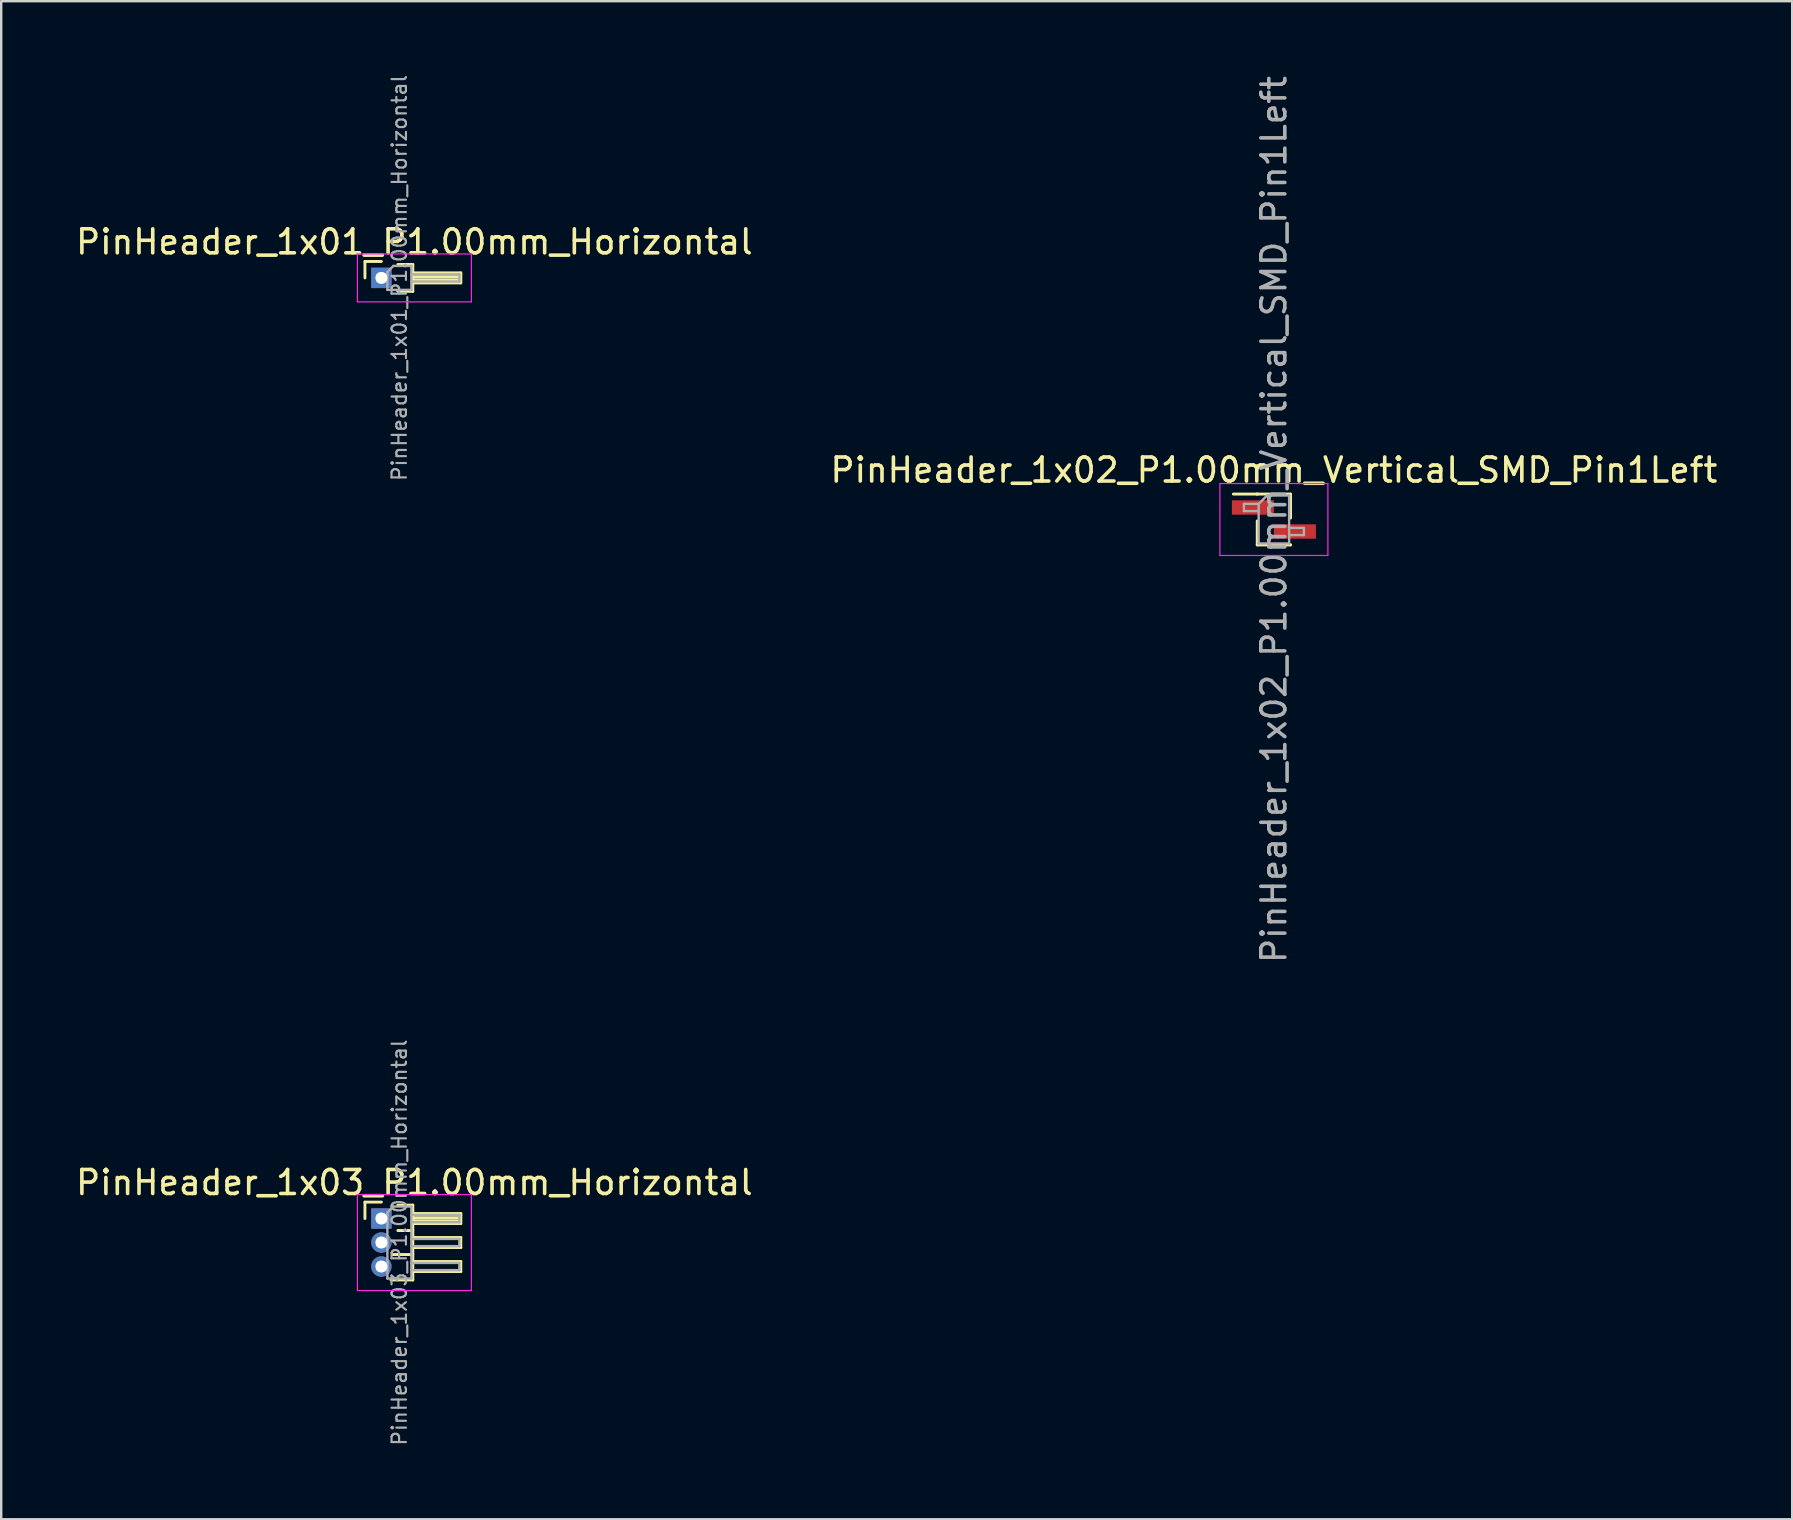
<source format=kicad_pcb>
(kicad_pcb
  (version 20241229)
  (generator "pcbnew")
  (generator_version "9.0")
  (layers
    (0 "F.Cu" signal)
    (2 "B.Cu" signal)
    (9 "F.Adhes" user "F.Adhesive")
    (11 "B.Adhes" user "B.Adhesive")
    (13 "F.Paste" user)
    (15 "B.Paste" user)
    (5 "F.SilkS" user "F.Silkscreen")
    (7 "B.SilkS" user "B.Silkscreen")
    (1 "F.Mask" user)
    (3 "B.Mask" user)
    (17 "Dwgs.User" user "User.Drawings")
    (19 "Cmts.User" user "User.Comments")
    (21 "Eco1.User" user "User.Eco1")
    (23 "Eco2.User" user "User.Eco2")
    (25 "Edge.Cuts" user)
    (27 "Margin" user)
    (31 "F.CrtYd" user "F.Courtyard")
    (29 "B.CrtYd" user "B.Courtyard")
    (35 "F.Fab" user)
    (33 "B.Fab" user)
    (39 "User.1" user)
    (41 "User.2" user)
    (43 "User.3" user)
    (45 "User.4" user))
  (footprint "PinHeader_1x02_P1.00mm_Vertical_SMD_Pin1Left"
    (layer "F.Cu")
    (at 50.042 18.601)
    (property "Reference" "PinHeader_1x02_P1.00mm_Vertical_SMD_Pin1Left" (at 0 -2.06 0) (layer "F.SilkS") (effects (font (size 1 1) (thickness 0.15))))
    (attr smd)
    (fp_line (start -0.695 -1.06) (end -1.69 -1.06) (stroke (width 0.12) (type solid)) (layer "F.SilkS"))
    (fp_line (start -0.695 -1.06) (end -0.695 -1.06) (stroke (width 0.12) (type solid)) (layer "F.SilkS"))
    (fp_line (start -0.695 -1.06) (end 0.695 -1.06) (stroke (width 0.12) (type solid)) (layer "F.SilkS"))
    (fp_line (start -0.695 0.06) (end -0.695 1.06) (stroke (width 0.12) (type solid)) (layer "F.SilkS"))
    (fp_line (start -0.695 1.06) (end 0.695 1.06) (stroke (width 0.12) (type solid)) (layer "F.SilkS"))
    (fp_line (start 0.695 -1.06) (end 0.695 -0.06) (stroke (width 0.12) (type solid)) (layer "F.SilkS"))
    (fp_line (start 0.695 1.06) (end 0.695 1.06) (stroke (width 0.12) (type solid)) (layer "F.SilkS"))
    (fp_line (start -2.25 -1.5) (end -2.25 1.5) (stroke (width 0.05) (type solid)) (layer "F.CrtYd"))
    (fp_line (start -2.25 1.5) (end 2.25 1.5) (stroke (width 0.05) (type solid)) (layer "F.CrtYd"))
    (fp_line (start 2.25 -1.5) (end -2.25 -1.5) (stroke (width 0.05) (type solid)) (layer "F.CrtYd"))
    (fp_line (start 2.25 1.5) (end 2.25 -1.5) (stroke (width 0.05) (type solid)) (layer "F.CrtYd"))
    (fp_line (start -1.25 -0.65) (end -1.25 -0.35) (stroke (width 0.1) (type solid)) (layer "F.Fab"))
    (fp_line (start -1.25 -0.35) (end -0.635 -0.35) (stroke (width 0.1) (type solid)) (layer "F.Fab"))
    (fp_line (start -0.635 -0.65) (end -1.25 -0.65) (stroke (width 0.1) (type solid)) (layer "F.Fab"))
    (fp_line (start -0.635 -0.65) (end -0.285 -1) (stroke (width 0.1) (type solid)) (layer "F.Fab"))
    (fp_line (start -0.635 1) (end -0.635 -0.65) (stroke (width 0.1) (type solid)) (layer "F.Fab"))
    (fp_line (start -0.285 -1) (end 0.635 -1) (stroke (width 0.1) (type solid)) (layer "F.Fab"))
    (fp_line (start 0.635 -1) (end 0.635 1) (stroke (width 0.1) (type solid)) (layer "F.Fab"))
    (fp_line (start 0.635 0.35) (end 1.25 0.35) (stroke (width 0.1) (type solid)) (layer "F.Fab"))
    (fp_line (start 0.635 1) (end -0.635 1) (stroke (width 0.1) (type solid)) (layer "F.Fab"))
    (fp_line (start 1.25 0.35) (end 1.25 0.65) (stroke (width 0.1) (type solid)) (layer "F.Fab"))
    (fp_line (start 1.25 0.65) (end 0.635 0.65) (stroke (width 0.1) (type solid)) (layer "F.Fab"))
    (fp_text user "${REFERENCE}" (at 0 0 90) (layer "F.Fab") (effects (font (size 1 1) (thickness 0.15))))
    (pad "1" smd rect (at -0.875 -0.5) (size 1.75 0.6) (layers "F.Cu" "F.Mask" "F.Paste"))
    (pad "2" smd rect (at 0.875 0.5) (size 1.75 0.6) (layers "F.Cu" "F.Mask" "F.Paste")))
  (footprint "PinHeader_1x01_P1.00mm_Horizontal"
    (layer "F.Cu")
    (at 12.845 8.532)
    (property "Reference" "PinHeader_1x01_P1.00mm_Horizontal" (at 1.375 -1.5 0) (layer "F.SilkS") (effects (font (size 1 1) (thickness 0.15))))
    (attr through_hole)
    (fp_line (start -0.685 -0.685) (end 0 -0.685) (stroke (width 0.12) (type solid)) (layer "F.SilkS"))
    (fp_line (start -0.685 0) (end -0.685 -0.685) (stroke (width 0.12) (type solid)) (layer "F.SilkS"))
    (fp_line (start 0.685 -0.56) (end 1.31 -0.56) (stroke (width 0.12) (type solid)) (layer "F.SilkS"))
    (fp_line (start 1.31 -0.56) (end 1.31 0.56) (stroke (width 0.12) (type solid)) (layer "F.SilkS"))
    (fp_line (start 1.31 -0.21) (end 3.31 -0.21) (stroke (width 0.12) (type solid)) (layer "F.SilkS"))
    (fp_line (start 1.31 -0.15) (end 3.31 -0.15) (stroke (width 0.12) (type solid)) (layer "F.SilkS"))
    (fp_line (start 1.31 -0.03) (end 3.31 -0.03) (stroke (width 0.12) (type solid)) (layer "F.SilkS"))
    (fp_line (start 1.31 0.09) (end 3.31 0.09) (stroke (width 0.12) (type solid)) (layer "F.SilkS"))
    (fp_line (start 1.31 0.56) (end 0.685 0.56) (stroke (width 0.12) (type solid)) (layer "F.SilkS"))
    (fp_line (start 3.31 -0.21) (end 3.31 0.21) (stroke (width 0.12) (type solid)) (layer "F.SilkS"))
    (fp_line (start 3.31 0.21) (end 1.31 0.21) (stroke (width 0.12) (type solid)) (layer "F.SilkS"))
    (fp_line (start -1 -1) (end -1 1) (stroke (width 0.05) (type solid)) (layer "F.CrtYd"))
    (fp_line (start -1 1) (end 3.75 1) (stroke (width 0.05) (type solid)) (layer "F.CrtYd"))
    (fp_line (start 3.75 -1) (end -1 -1) (stroke (width 0.05) (type solid)) (layer "F.CrtYd"))
    (fp_line (start 3.75 1) (end 3.75 -1) (stroke (width 0.05) (type solid)) (layer "F.CrtYd"))
    (fp_line (start -0.15 -0.15) (end -0.15 0.15) (stroke (width 0.1) (type solid)) (layer "F.Fab"))
    (fp_line (start -0.15 -0.15) (end 0.25 -0.15) (stroke (width 0.1) (type solid)) (layer "F.Fab"))
    (fp_line (start -0.15 0.15) (end 0.25 0.15) (stroke (width 0.1) (type solid)) (layer "F.Fab"))
    (fp_line (start 0.25 -0.25) (end 0.5 -0.5) (stroke (width 0.1) (type solid)) (layer "F.Fab"))
    (fp_line (start 0.25 0.5) (end 0.25 -0.25) (stroke (width 0.1) (type solid)) (layer "F.Fab"))
    (fp_line (start 0.5 -0.5) (end 1.25 -0.5) (stroke (width 0.1) (type solid)) (layer "F.Fab"))
    (fp_line (start 1.25 -0.5) (end 1.25 0.5) (stroke (width 0.1) (type solid)) (layer "F.Fab"))
    (fp_line (start 1.25 -0.15) (end 3.25 -0.15) (stroke (width 0.1) (type solid)) (layer "F.Fab"))
    (fp_line (start 1.25 0.15) (end 3.25 0.15) (stroke (width 0.1) (type solid)) (layer "F.Fab"))
    (fp_line (start 1.25 0.5) (end 0.25 0.5) (stroke (width 0.1) (type solid)) (layer "F.Fab"))
    (fp_line (start 3.25 -0.15) (end 3.25 0.15) (stroke (width 0.1) (type solid)) (layer "F.Fab"))
    (fp_text user "${REFERENCE}" (at 0.75 0 90) (layer "F.Fab") (effects (font (size 0.6 0.6) (thickness 0.09))))
    (pad "1" thru_hole rect (at 0 0) (size 0.85 0.85) (drill 0.5) (layers "*.Cu" "*.Mask")))
  (footprint "PinHeader_1x03_P1.00mm_Horizontal"
    (layer "F.Cu")
    (at 12.845 47.735)
    (property "Reference" "PinHeader_1x03_P1.00mm_Horizontal" (at 1.375 -1.5 0) (layer "F.SilkS") (effects (font (size 1 1) (thickness 0.15))))
    (attr through_hole)
    (fp_line (start -0.685 -0.685) (end 0 -0.685) (stroke (width 0.12) (type solid)) (layer "F.SilkS"))
    (fp_line (start -0.685 0) (end -0.685 -0.685) (stroke (width 0.12) (type solid)) (layer "F.SilkS"))
    (fp_line (start 0.468 1.5) (end 1.31 1.5) (stroke (width 0.12) (type solid)) (layer "F.SilkS"))
    (fp_line (start 0.685 -0.56) (end 1.31 -0.56) (stroke (width 0.12) (type solid)) (layer "F.SilkS"))
    (fp_line (start 0.685 0.5) (end 1.31 0.5) (stroke (width 0.12) (type solid)) (layer "F.SilkS"))
    (fp_line (start 1.31 -0.56) (end 1.31 2.56) (stroke (width 0.12) (type solid)) (layer "F.SilkS"))
    (fp_line (start 1.31 -0.21) (end 3.31 -0.21) (stroke (width 0.12) (type solid)) (layer "F.SilkS"))
    (fp_line (start 1.31 -0.15) (end 3.31 -0.15) (stroke (width 0.12) (type solid)) (layer "F.SilkS"))
    (fp_line (start 1.31 -0.03) (end 3.31 -0.03) (stroke (width 0.12) (type solid)) (layer "F.SilkS"))
    (fp_line (start 1.31 0.09) (end 3.31 0.09) (stroke (width 0.12) (type solid)) (layer "F.SilkS"))
    (fp_line (start 1.31 0.79) (end 3.31 0.79) (stroke (width 0.12) (type solid)) (layer "F.SilkS"))
    (fp_line (start 1.31 1.79) (end 3.31 1.79) (stroke (width 0.12) (type solid)) (layer "F.SilkS"))
    (fp_line (start 1.31 2.56) (end 0.394 2.56) (stroke (width 0.12) (type solid)) (layer "F.SilkS"))
    (fp_line (start 3.31 -0.21) (end 3.31 0.21) (stroke (width 0.12) (type solid)) (layer "F.SilkS"))
    (fp_line (start 3.31 0.21) (end 1.31 0.21) (stroke (width 0.12) (type solid)) (layer "F.SilkS"))
    (fp_line (start 3.31 0.79) (end 3.31 1.21) (stroke (width 0.12) (type solid)) (layer "F.SilkS"))
    (fp_line (start 3.31 1.21) (end 1.31 1.21) (stroke (width 0.12) (type solid)) (layer "F.SilkS"))
    (fp_line (start 3.31 1.79) (end 3.31 2.21) (stroke (width 0.12) (type solid)) (layer "F.SilkS"))
    (fp_line (start 3.31 2.21) (end 1.31 2.21) (stroke (width 0.12) (type solid)) (layer "F.SilkS"))
    (fp_line (start -1 -1) (end -1 3) (stroke (width 0.05) (type solid)) (layer "F.CrtYd"))
    (fp_line (start -1 3) (end 3.75 3) (stroke (width 0.05) (type solid)) (layer "F.CrtYd"))
    (fp_line (start 3.75 -1) (end -1 -1) (stroke (width 0.05) (type solid)) (layer "F.CrtYd"))
    (fp_line (start 3.75 3) (end 3.75 -1) (stroke (width 0.05) (type solid)) (layer "F.CrtYd"))
    (fp_line (start -0.15 -0.15) (end -0.15 0.15) (stroke (width 0.1) (type solid)) (layer "F.Fab"))
    (fp_line (start -0.15 -0.15) (end 0.25 -0.15) (stroke (width 0.1) (type solid)) (layer "F.Fab"))
    (fp_line (start -0.15 0.15) (end 0.25 0.15) (stroke (width 0.1) (type solid)) (layer "F.Fab"))
    (fp_line (start -0.15 0.85) (end -0.15 1.15) (stroke (width 0.1) (type solid)) (layer "F.Fab"))
    (fp_line (start -0.15 0.85) (end 0.25 0.85) (stroke (width 0.1) (type solid)) (layer "F.Fab"))
    (fp_line (start -0.15 1.15) (end 0.25 1.15) (stroke (width 0.1) (type solid)) (layer "F.Fab"))
    (fp_line (start -0.15 1.85) (end -0.15 2.15) (stroke (width 0.1) (type solid)) (layer "F.Fab"))
    (fp_line (start -0.15 1.85) (end 0.25 1.85) (stroke (width 0.1) (type solid)) (layer "F.Fab"))
    (fp_line (start -0.15 2.15) (end 0.25 2.15) (stroke (width 0.1) (type solid)) (layer "F.Fab"))
    (fp_line (start 0.25 -0.25) (end 0.5 -0.5) (stroke (width 0.1) (type solid)) (layer "F.Fab"))
    (fp_line (start 0.25 2.5) (end 0.25 -0.25) (stroke (width 0.1) (type solid)) (layer "F.Fab"))
    (fp_line (start 0.5 -0.5) (end 1.25 -0.5) (stroke (width 0.1) (type solid)) (layer "F.Fab"))
    (fp_line (start 1.25 -0.5) (end 1.25 2.5) (stroke (width 0.1) (type solid)) (layer "F.Fab"))
    (fp_line (start 1.25 -0.15) (end 3.25 -0.15) (stroke (width 0.1) (type solid)) (layer "F.Fab"))
    (fp_line (start 1.25 0.15) (end 3.25 0.15) (stroke (width 0.1) (type solid)) (layer "F.Fab"))
    (fp_line (start 1.25 0.85) (end 3.25 0.85) (stroke (width 0.1) (type solid)) (layer "F.Fab"))
    (fp_line (start 1.25 1.15) (end 3.25 1.15) (stroke (width 0.1) (type solid)) (layer "F.Fab"))
    (fp_line (start 1.25 1.85) (end 3.25 1.85) (stroke (width 0.1) (type solid)) (layer "F.Fab"))
    (fp_line (start 1.25 2.15) (end 3.25 2.15) (stroke (width 0.1) (type solid)) (layer "F.Fab"))
    (fp_line (start 1.25 2.5) (end 0.25 2.5) (stroke (width 0.1) (type solid)) (layer "F.Fab"))
    (fp_line (start 3.25 -0.15) (end 3.25 0.15) (stroke (width 0.1) (type solid)) (layer "F.Fab"))
    (fp_line (start 3.25 0.85) (end 3.25 1.15) (stroke (width 0.1) (type solid)) (layer "F.Fab"))
    (fp_line (start 3.25 1.85) (end 3.25 2.15) (stroke (width 0.1) (type solid)) (layer "F.Fab"))
    (fp_text user "${REFERENCE}" (at 0.75 1 90) (layer "F.Fab") (effects (font (size 0.6 0.6) (thickness 0.09))))
    (pad "1" thru_hole rect (at 0 0) (size 0.85 0.85) (drill 0.5) (layers "*.Cu" "*.Mask"))
    (pad "2" thru_hole oval (at 0 1) (size 0.85 0.85) (drill 0.5) (layers "*.Cu" "*.Mask"))
    (pad "3" thru_hole oval (at 0 2) (size 0.85 0.85) (drill 0.5) (layers "*.Cu" "*.Mask")))
  (gr_rect
    (start -3 -3)
    (end 71.643 60.267)
    (stroke (width 0.1) (type default))
    (fill no)
    (layer "Edge.Cuts")))
</source>
